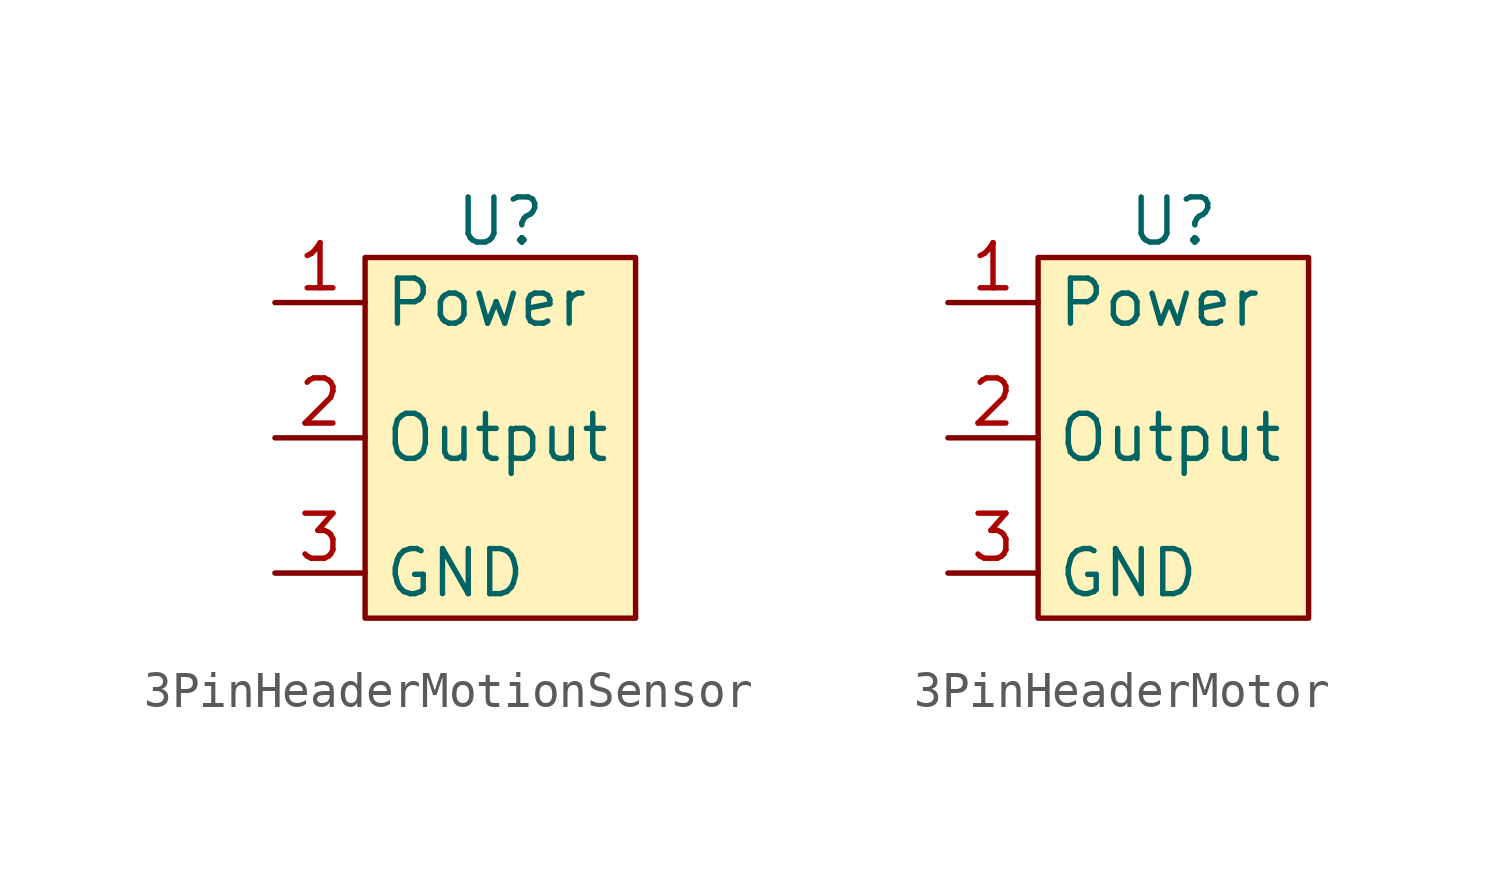
<source format=kicad_sym>
(kicad_symbol_lib
  (version 20231120)
  (generator "kicad_symbol_editor")
  (generator_version "8.0")
  (symbol "3PinHeaderMotionSensor"
    (property "Reference" "U"
      (at 0 4.826 0)
      (effects (font (size 1.27 1.27))))
    (property "Value" ""
      (at 0 5.08 0)
      (effects (font (size 1.27 1.27))))
    (symbol "3PinHeaderMotionSensor_0_1"
      (rectangle (start -3.81 3.81) (end 3.81 -6.35) (stroke (width 0) (type default)) (fill (type color) (color 255 243 187 1))))
    (symbol "3PinHeaderMotionSensor_1_1"
      (pin power_in line (at -6.35 2.54 0) (length 2.54) (name "Power" (effects (font (size 1.27 1.27)))) (number "1" (effects (font (size 1.27 1.27)))))
      (pin output line (at -6.35 -1.27 0) (length 2.54) (name "Output" (effects (font (size 1.27 1.27)))) (number "2" (effects (font (size 1.27 1.27)))))
      (pin power_in line (at -6.35 -5.08 0) (length 2.54) (name "GND" (effects (font (size 1.27 1.27)))) (number "3" (effects (font (size 1.27 1.27)))))))
  (symbol "3PinHeaderMotor"
    (property "Reference" "U"
      (at 0 6.096 0)
      (effects (font (size 1.27 1.27))))
    (property "Value" ""
      (at 0 0 0)
      (effects (font (size 1.27 1.27))))
    (symbol "3PinHeaderMotor_0_1"
      (rectangle (start -3.81 5.08) (end 3.81 -5.08) (stroke (width 0) (type default)) (fill (type color) (color 255 243 187 1))))
    (symbol "3PinHeaderMotor_1_1"
      (pin power_in line (at -6.35 3.81 0) (length 2.54) (name "Power" (effects (font (size 1.27 1.27)))) (number "1" (effects (font (size 1.27 1.27)))))
      (pin output line (at -6.35 0 0) (length 2.54) (name "Output" (effects (font (size 1.27 1.27)))) (number "2" (effects (font (size 1.27 1.27)))))
      (pin power_in line (at -6.35 -3.81 0) (length 2.54) (name "GND" (effects (font (size 1.27 1.27)))) (number "3" (effects (font (size 1.27 1.27))))))))
</source>
